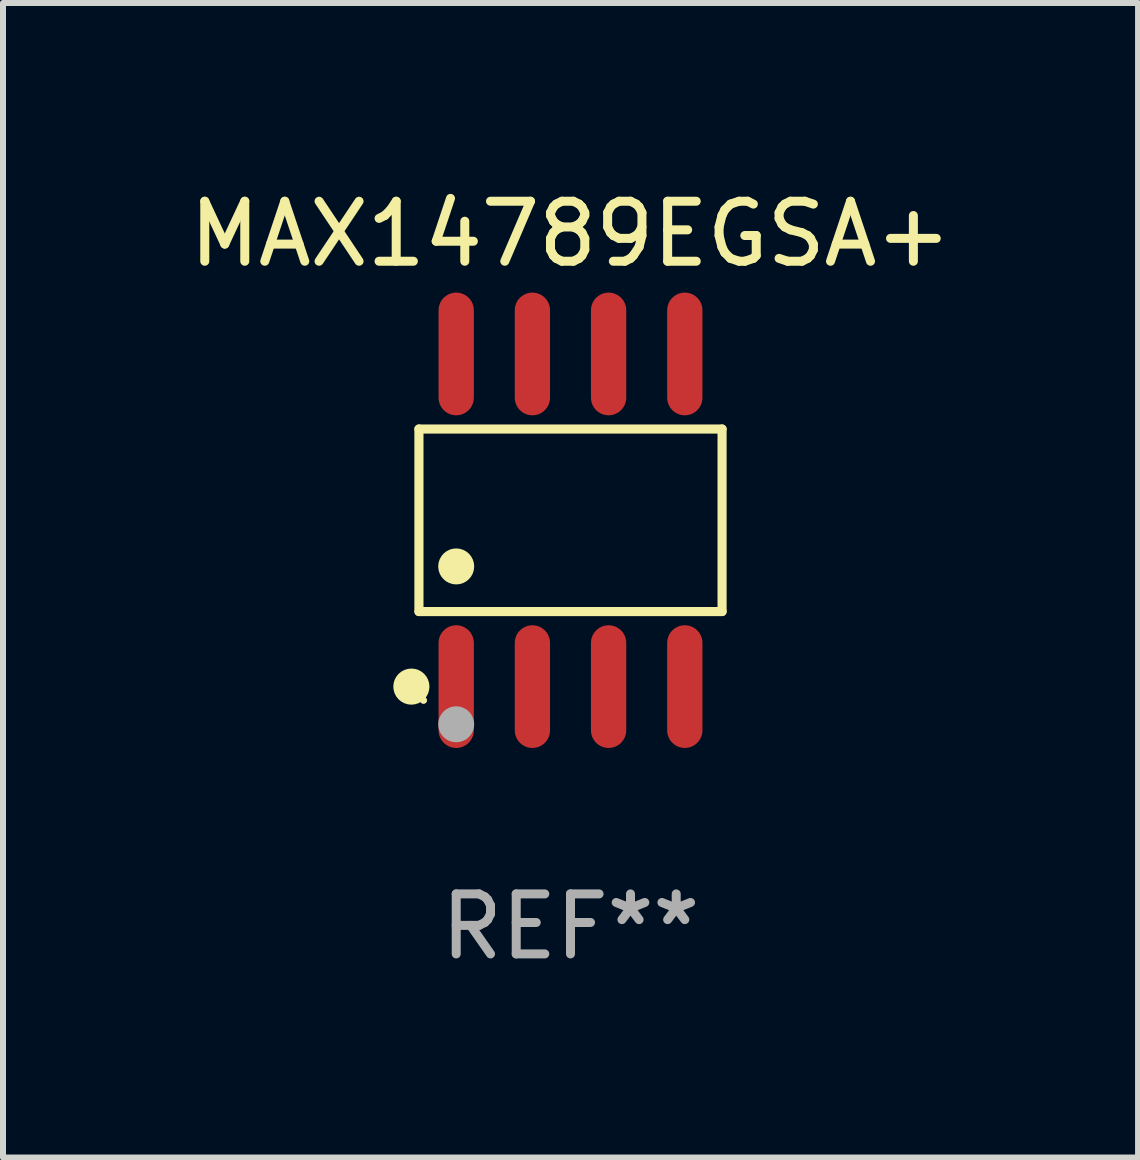
<source format=kicad_pcb>
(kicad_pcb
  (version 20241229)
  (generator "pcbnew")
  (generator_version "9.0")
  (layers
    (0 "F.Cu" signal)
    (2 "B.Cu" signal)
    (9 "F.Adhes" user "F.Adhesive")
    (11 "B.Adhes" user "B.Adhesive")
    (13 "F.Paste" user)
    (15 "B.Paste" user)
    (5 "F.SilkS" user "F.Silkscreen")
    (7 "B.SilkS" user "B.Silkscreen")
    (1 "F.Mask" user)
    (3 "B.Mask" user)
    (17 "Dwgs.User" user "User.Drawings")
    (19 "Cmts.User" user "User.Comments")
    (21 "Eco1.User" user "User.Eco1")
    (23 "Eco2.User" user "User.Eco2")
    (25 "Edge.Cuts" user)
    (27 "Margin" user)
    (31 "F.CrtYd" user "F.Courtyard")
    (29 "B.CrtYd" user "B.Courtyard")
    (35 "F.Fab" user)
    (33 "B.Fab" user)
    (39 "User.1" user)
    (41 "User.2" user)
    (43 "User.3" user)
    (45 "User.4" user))
  (footprint "MAX14789EGSA+"
    (layer "F.Cu")
    (at 6.458 5.621)
    (property "Reference" "MAX14789EGSA+" (at 0 -4.772 0) (layer "F.SilkS") (effects (font (size 1 1) (thickness 0.15))))
    (attr through_hole)
    (fp_line (start -2.526 -1.521) (end 2.526 -1.521) (stroke (width 0.152) (type solid)) (layer "F.SilkS"))
    (fp_line (start -2.526 1.521) (end -2.526 -1.521) (stroke (width 0.152) (type solid)) (layer "F.SilkS"))
    (fp_line (start 2.526 -1.521) (end 2.526 1.521) (stroke (width 0.152) (type solid)) (layer "F.SilkS"))
    (fp_line (start 2.526 1.521) (end -2.526 1.521) (stroke (width 0.152) (type solid)) (layer "F.SilkS"))
    (fp_circle (center -2.652 2.772) (end -2.501 2.772) (stroke (width 0.3) (type solid)) (fill no) (layer "F.SilkS"))
    (fp_circle (center -2.45 3) (end -2.42 3) (stroke (width 0.06) (type solid)) (fill no) (layer "F.SilkS"))
    (fp_circle (center -1.905 0.769) (end -1.755 0.769) (stroke (width 0.3) (type solid)) (fill no) (layer "F.SilkS"))
    (fp_circle (center -1.905 3.4) (end -1.755 3.4) (stroke (width 0.3) (type solid)) (fill no) (layer "F.Fab"))
    (fp_text user "REF**" (at 0 6.772 0) (layer "F.Fab") (effects (font (size 1 1) (thickness 0.15))))
    (pad "1" smd oval (at -1.905 2.772) (size 0.588 2.045) (layers "F.Cu" "F.Mask" "F.Paste"))
    (pad "2" smd oval (at -0.635 2.772) (size 0.588 2.045) (layers "F.Cu" "F.Mask" "F.Paste"))
    (pad "3" smd oval (at 0.635 2.772) (size 0.588 2.045) (layers "F.Cu" "F.Mask" "F.Paste"))
    (pad "4" smd oval (at 1.905 2.772) (size 0.588 2.045) (layers "F.Cu" "F.Mask" "F.Paste"))
    (pad "5" smd oval (at 1.905 -2.772) (size 0.588 2.045) (layers "F.Cu" "F.Mask" "F.Paste"))
    (pad "6" smd oval (at 0.635 -2.772) (size 0.588 2.045) (layers "F.Cu" "F.Mask" "F.Paste"))
    (pad "7" smd oval (at -0.635 -2.772) (size 0.588 2.045) (layers "F.Cu" "F.Mask" "F.Paste"))
    (pad "8" smd oval (at -1.905 -2.772) (size 0.588 2.045) (layers "F.Cu" "F.Mask" "F.Paste")))
  (gr_rect
    (start -3 -3)
    (end 15.917 16.241)
    (stroke (width 0.1) (type default))
    (fill no)
    (layer "Edge.Cuts")))
</source>
